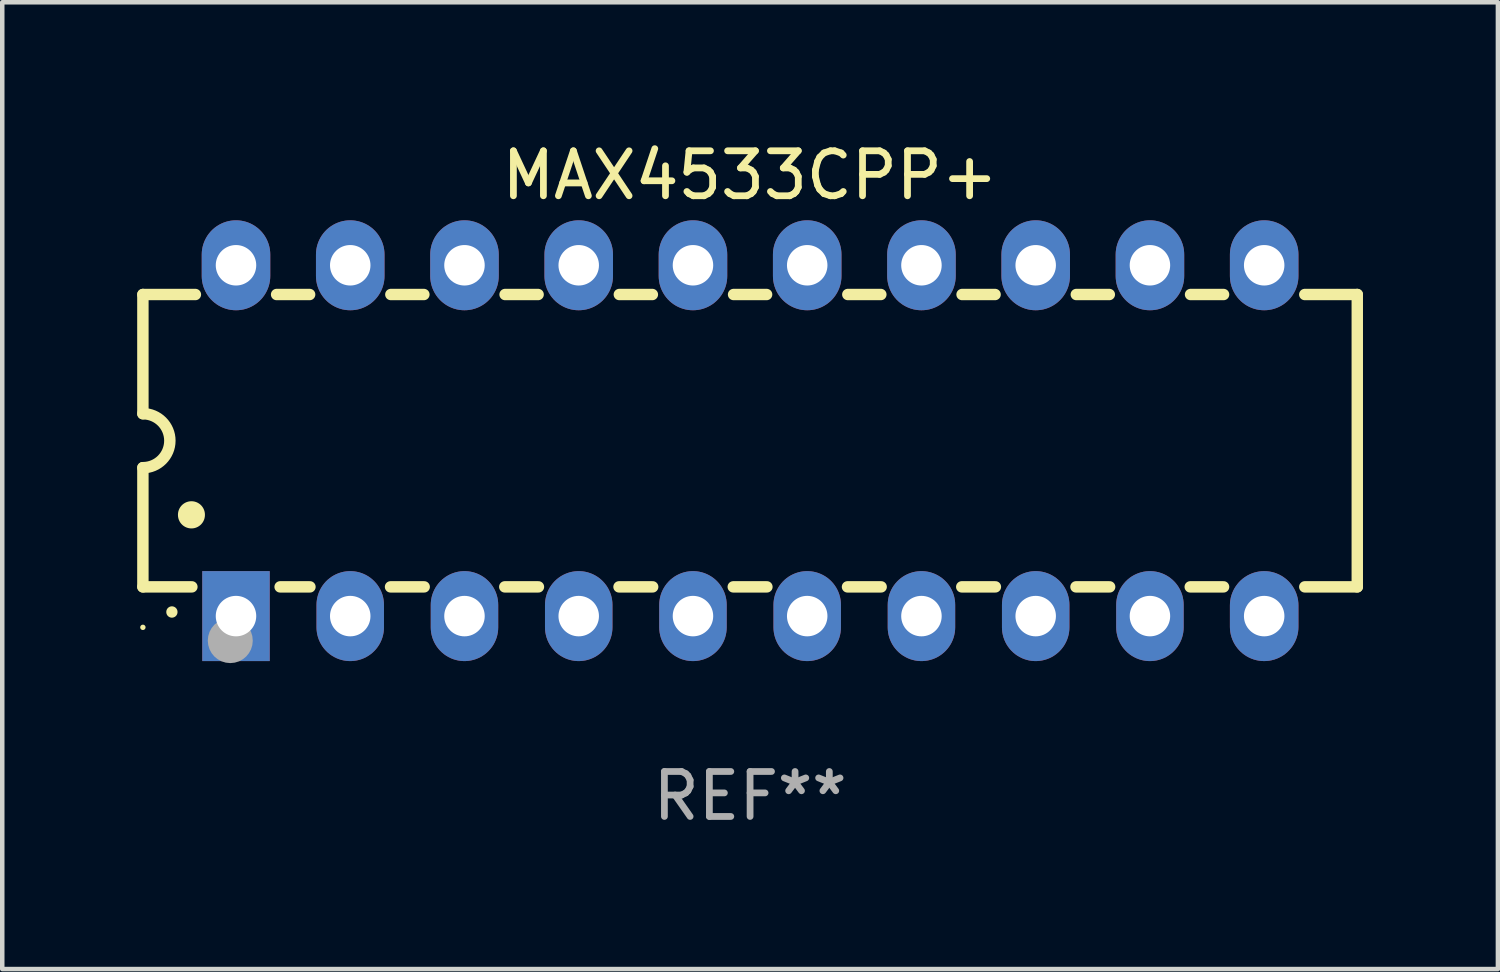
<source format=kicad_pcb>
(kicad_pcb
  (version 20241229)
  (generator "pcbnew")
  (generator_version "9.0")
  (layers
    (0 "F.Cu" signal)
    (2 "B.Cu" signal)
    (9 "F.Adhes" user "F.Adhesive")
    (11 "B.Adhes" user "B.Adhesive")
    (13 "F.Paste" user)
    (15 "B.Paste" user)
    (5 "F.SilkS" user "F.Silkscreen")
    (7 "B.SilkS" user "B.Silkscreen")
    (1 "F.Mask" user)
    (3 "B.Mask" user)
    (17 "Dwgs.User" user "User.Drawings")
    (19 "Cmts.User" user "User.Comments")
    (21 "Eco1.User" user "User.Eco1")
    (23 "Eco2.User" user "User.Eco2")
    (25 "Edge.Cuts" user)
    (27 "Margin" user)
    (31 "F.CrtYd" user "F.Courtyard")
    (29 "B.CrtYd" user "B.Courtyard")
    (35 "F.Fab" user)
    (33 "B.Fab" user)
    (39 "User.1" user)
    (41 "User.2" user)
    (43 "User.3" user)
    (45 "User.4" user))
  (footprint "MAX4533CPP+"
    (layer "F.Cu")
    (at 13.627 6.748)
    (property "Reference" "MAX4533CPP+" (at 0 -5.9 0) (layer "F.SilkS") (effects (font (size 1 1) (thickness 0.15))))
    (attr through_hole)
    (fp_line (start -13.5 -3.25) (end -12.333 -3.25) (stroke (width 0.254) (type solid)) (layer "F.SilkS"))
    (fp_line (start -13.5 -0.6) (end -13.5 -3.25) (stroke (width 0.254) (type solid)) (layer "F.SilkS"))
    (fp_line (start -13.5 3.25) (end -13.5 0.6) (stroke (width 0.254) (type solid)) (layer "F.SilkS"))
    (fp_line (start -13.5 3.25) (end -12.411 3.25) (stroke (width 0.254) (type solid)) (layer "F.SilkS"))
    (fp_line (start -10.527 -3.25) (end -9.793 -3.25) (stroke (width 0.254) (type solid)) (layer "F.SilkS"))
    (fp_line (start -10.449 3.25) (end -9.786 3.25) (stroke (width 0.254) (type solid)) (layer "F.SilkS"))
    (fp_line (start -7.994 3.25) (end -7.246 3.25) (stroke (width 0.254) (type solid)) (layer "F.SilkS"))
    (fp_line (start -7.987 -3.25) (end -7.253 -3.25) (stroke (width 0.254) (type solid)) (layer "F.SilkS"))
    (fp_line (start -5.454 3.25) (end -4.706 3.25) (stroke (width 0.254) (type solid)) (layer "F.SilkS"))
    (fp_line (start -5.447 -3.25) (end -4.713 -3.25) (stroke (width 0.254) (type solid)) (layer "F.SilkS"))
    (fp_line (start -2.914 3.25) (end -2.166 3.25) (stroke (width 0.254) (type solid)) (layer "F.SilkS"))
    (fp_line (start -2.907 -3.25) (end -2.173 -3.25) (stroke (width 0.254) (type solid)) (layer "F.SilkS"))
    (fp_line (start -0.374 3.25) (end 0.374 3.25) (stroke (width 0.254) (type solid)) (layer "F.SilkS"))
    (fp_line (start -0.367 -3.25) (end 0.367 -3.25) (stroke (width 0.254) (type solid)) (layer "F.SilkS"))
    (fp_line (start 2.166 3.25) (end 2.914 3.25) (stroke (width 0.254) (type solid)) (layer "F.SilkS"))
    (fp_line (start 2.173 -3.25) (end 2.907 -3.25) (stroke (width 0.254) (type solid)) (layer "F.SilkS"))
    (fp_line (start 4.706 3.25) (end 5.454 3.25) (stroke (width 0.254) (type solid)) (layer "F.SilkS"))
    (fp_line (start 4.713 -3.25) (end 5.447 -3.25) (stroke (width 0.254) (type solid)) (layer "F.SilkS"))
    (fp_line (start 7.246 3.25) (end 7.994 3.25) (stroke (width 0.254) (type solid)) (layer "F.SilkS"))
    (fp_line (start 7.253 -3.25) (end 7.987 -3.25) (stroke (width 0.254) (type solid)) (layer "F.SilkS"))
    (fp_line (start 9.786 3.25) (end 10.527 3.25) (stroke (width 0.254) (type solid)) (layer "F.SilkS"))
    (fp_line (start 9.793 -3.25) (end 10.527 -3.25) (stroke (width 0.254) (type solid)) (layer "F.SilkS"))
    (fp_line (start 12.333 -3.25) (end 13.5 -3.25) (stroke (width 0.254) (type solid)) (layer "F.SilkS"))
    (fp_line (start 12.333 3.25) (end 13.5 3.25) (stroke (width 0.254) (type solid)) (layer "F.SilkS"))
    (fp_line (start 13.5 -3.25) (end 13.5 3.25) (stroke (width 0.254) (type solid)) (layer "F.SilkS"))
    (fp_arc (start -13.500127 -0.599442) (mid -12.900406 0.000228) (end -13.500025 0.6) (stroke (width 0.254001) (type solid)) (layer "F.SilkS"))
    (fp_arc (start -12.854966 3.810008) (mid -12.854973 3.808738) (end -12.854966 3.807468) (stroke (width 0.25) (type solid)) (layer "F.SilkS"))
    (fp_arc (start -12.420625 1.651003) (mid -12.420636 1.648463) (end -12.420625 1.645923) (stroke (width 0.6) (type solid)) (layer "F.SilkS"))
    (fp_circle (center -13.5 4.15) (end -13.47 4.15) (stroke (width 0.06) (type solid)) (fill no) (layer "F.SilkS"))
    (fp_circle (center -11.557 4.445) (end -11.307 4.445) (stroke (width 0.5) (type solid)) (fill no) (layer "F.Fab"))
    (fp_text user "REF**" (at 0 7.9 0) (layer "F.Fab") (effects (font (size 1 1) (thickness 0.15))))
    (pad "1" thru_hole rect (at -11.43 3.9 90) (size 2 1.5) (drill 0.9) (layers "*.Cu" "*.Mask"))
    (pad "2" thru_hole oval (at -8.89 3.9 90) (size 2 1.5) (drill 0.9) (layers "*.Cu" "*.Mask"))
    (pad "3" thru_hole oval (at -6.35 3.9 90) (size 2 1.5) (drill 0.9) (layers "*.Cu" "*.Mask"))
    (pad "4" thru_hole oval (at -3.81 3.9 90) (size 2 1.5) (drill 0.9) (layers "*.Cu" "*.Mask"))
    (pad "5" thru_hole oval (at -1.27 3.9 90) (size 2 1.5) (drill 0.9) (layers "*.Cu" "*.Mask"))
    (pad "6" thru_hole oval (at 1.27 3.9 90) (size 2 1.5) (drill 0.9) (layers "*.Cu" "*.Mask"))
    (pad "7" thru_hole oval (at 3.81 3.9 90) (size 2 1.5) (drill 0.9) (layers "*.Cu" "*.Mask"))
    (pad "8" thru_hole oval (at 6.35 3.9 90) (size 2 1.5) (drill 0.9) (layers "*.Cu" "*.Mask"))
    (pad "9" thru_hole oval (at 8.89 3.9 90) (size 2 1.5) (drill 0.9) (layers "*.Cu" "*.Mask"))
    (pad "10" thru_hole oval (at 11.43 3.9 90) (size 2 1.524) (drill 0.9) (layers "*.Cu" "*.Mask"))
    (pad "11" thru_hole oval (at 11.43 -3.9 90) (size 2 1.524) (drill 0.9) (layers "*.Cu" "*.Mask"))
    (pad "12" thru_hole oval (at 8.89 -3.9 90) (size 2 1.524) (drill 0.9) (layers "*.Cu" "*.Mask"))
    (pad "13" thru_hole oval (at 6.35 -3.9 90) (size 2 1.524) (drill 0.9) (layers "*.Cu" "*.Mask"))
    (pad "14" thru_hole oval (at 3.81 -3.9 90) (size 2 1.524) (drill 0.9) (layers "*.Cu" "*.Mask"))
    (pad "15" thru_hole oval (at 1.27 -3.9 90) (size 2 1.524) (drill 0.9) (layers "*.Cu" "*.Mask"))
    (pad "16" thru_hole oval (at -1.27 -3.9 90) (size 2 1.524) (drill 0.9) (layers "*.Cu" "*.Mask"))
    (pad "17" thru_hole oval (at -3.81 -3.9 90) (size 2 1.524) (drill 0.9) (layers "*.Cu" "*.Mask"))
    (pad "18" thru_hole oval (at -6.35 -3.9 90) (size 2 1.524) (drill 0.9) (layers "*.Cu" "*.Mask"))
    (pad "19" thru_hole oval (at -8.89 -3.9 90) (size 2 1.524) (drill 0.9) (layers "*.Cu" "*.Mask"))
    (pad "20" thru_hole oval (at -11.43 -3.9 90) (size 2 1.524) (drill 0.9) (layers "*.Cu" "*.Mask")))
  (gr_rect
    (start -3 -3)
    (end 30.254 18.496)
    (stroke (width 0.1) (type default))
    (fill no)
    (layer "Edge.Cuts")))
</source>
